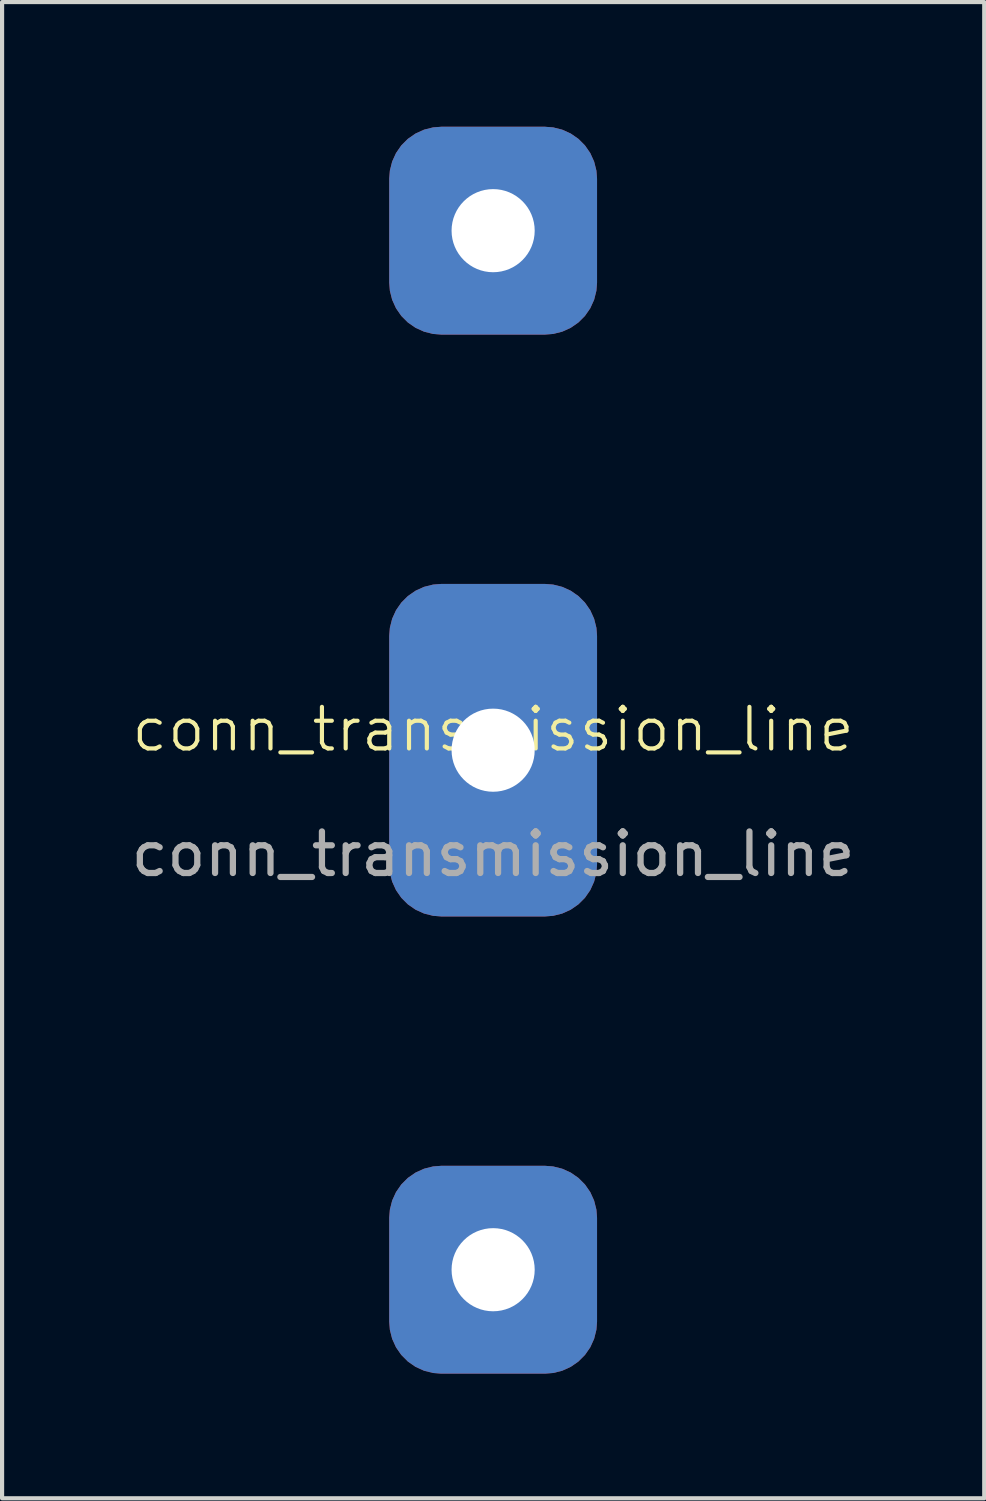
<source format=kicad_pcb>
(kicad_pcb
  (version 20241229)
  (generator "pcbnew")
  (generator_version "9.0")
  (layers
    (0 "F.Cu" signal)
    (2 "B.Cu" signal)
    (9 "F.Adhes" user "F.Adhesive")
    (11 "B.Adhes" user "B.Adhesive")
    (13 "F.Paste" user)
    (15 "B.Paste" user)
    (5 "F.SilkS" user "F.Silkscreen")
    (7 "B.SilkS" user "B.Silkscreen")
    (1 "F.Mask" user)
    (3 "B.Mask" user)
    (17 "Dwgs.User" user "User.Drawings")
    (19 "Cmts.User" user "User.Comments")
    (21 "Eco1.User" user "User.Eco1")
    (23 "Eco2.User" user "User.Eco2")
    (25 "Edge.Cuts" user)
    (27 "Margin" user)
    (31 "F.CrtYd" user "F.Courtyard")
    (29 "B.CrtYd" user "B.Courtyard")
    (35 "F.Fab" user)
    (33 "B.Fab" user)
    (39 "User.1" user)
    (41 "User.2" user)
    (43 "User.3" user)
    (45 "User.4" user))
  (footprint "conn_transmission_line"
    (layer "F.Cu")
    (at 8.815 15)
    (property "Reference" "conn_transmission_line" (at 0 -0.5 0) (unlocked yes) (layer "F.SilkS") (effects (font (size 1 1) (thickness 0.1))))
    (attr smd)
    (fp_text user "${REFERENCE}" (at 0 2.5 0) (unlocked yes) (layer "F.Fab") (effects (font (size 1 1) (thickness 0.15))))
    (pad "1" thru_hole roundrect (at 0 -12.5 90) (size 5 5) (drill oval 2) (layers "*.Cu" "*.Mask") (roundrect_rratio 0.25))
    (pad "2" thru_hole roundrect (at 0 0 90) (size 8 5) (drill oval 2) (layers "*.Cu" "*.Mask") (roundrect_rratio 0.25))
    (pad "3" thru_hole roundrect (at 0 12.5 90) (size 5 5) (drill oval 2) (layers "*.Cu" "*.Mask") (roundrect_rratio 0.25)))
  (gr_rect
    (start -3 -3)
    (end 20.631 33)
    (stroke (width 0.1) (type default))
    (fill no)
    (layer "Edge.Cuts")))
</source>
